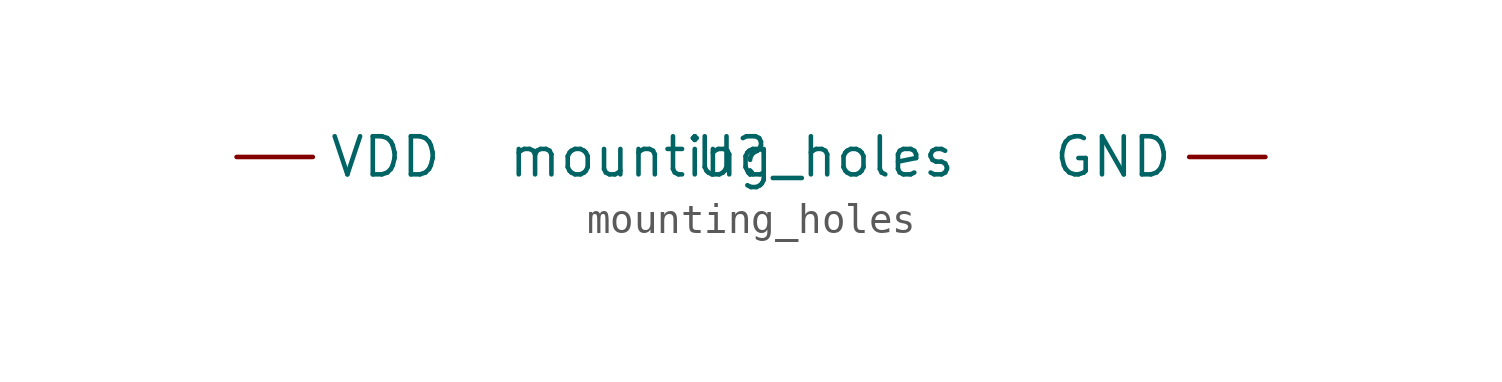
<source format=kicad_sym>
(kicad_symbol_lib
  (version 20211014)
  (generator kicad_symbol_editor)
  (symbol "mounting_holes"
    (property "Reference" "U"
      (at 0 0 0)
      (effects (font (size 1.27 1.27))))
    (property "Value" "mounting_holes"
      (at 0 0 0)
      (effects (font (size 1.27 1.27))))
    (symbol "mounting_holes_1_1"
      (pin input line (at 17.78 0 180) (length 2.54) (name "GND" (effects (font (size 1.27 1.27)))) (number "" (effects (font (size 1.27 1.27)))))
      (pin input line (at -16.51 0 0) (length 2.54) (name "VDD" (effects (font (size 1.27 1.27)))) (number "" (effects (font (size 1.27 1.27))))))))
</source>
